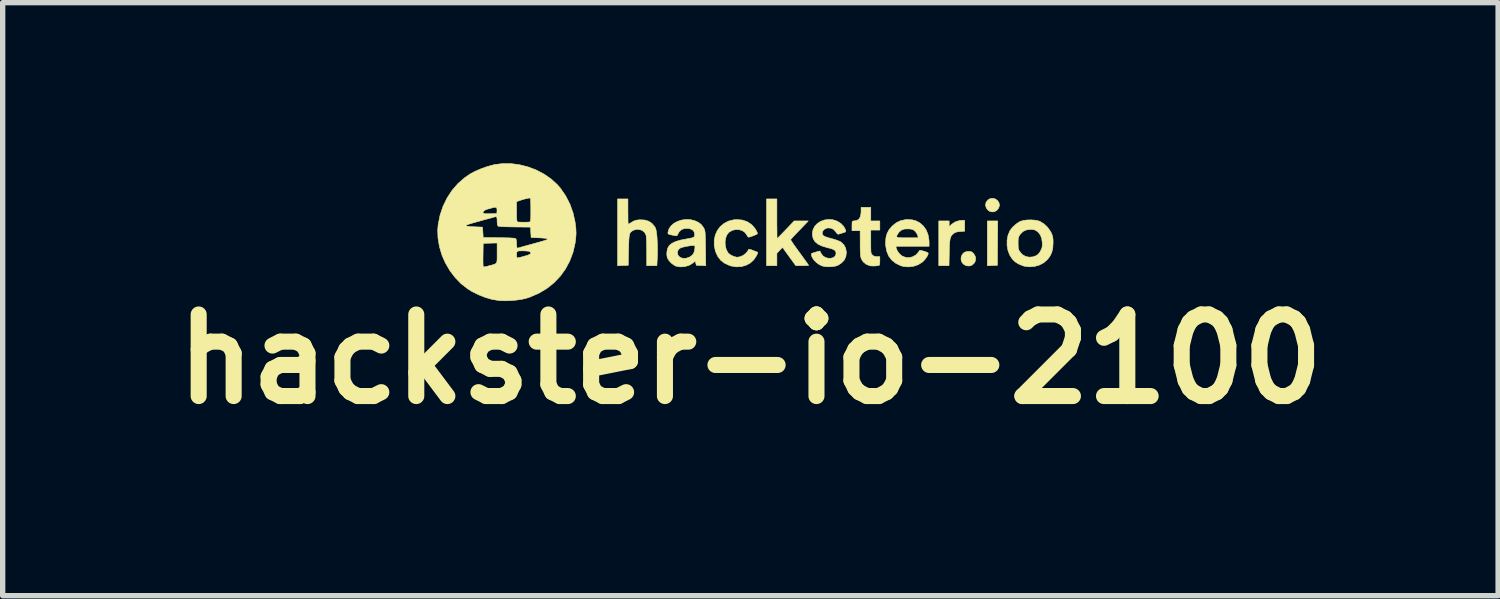
<source format=kicad_pcb>
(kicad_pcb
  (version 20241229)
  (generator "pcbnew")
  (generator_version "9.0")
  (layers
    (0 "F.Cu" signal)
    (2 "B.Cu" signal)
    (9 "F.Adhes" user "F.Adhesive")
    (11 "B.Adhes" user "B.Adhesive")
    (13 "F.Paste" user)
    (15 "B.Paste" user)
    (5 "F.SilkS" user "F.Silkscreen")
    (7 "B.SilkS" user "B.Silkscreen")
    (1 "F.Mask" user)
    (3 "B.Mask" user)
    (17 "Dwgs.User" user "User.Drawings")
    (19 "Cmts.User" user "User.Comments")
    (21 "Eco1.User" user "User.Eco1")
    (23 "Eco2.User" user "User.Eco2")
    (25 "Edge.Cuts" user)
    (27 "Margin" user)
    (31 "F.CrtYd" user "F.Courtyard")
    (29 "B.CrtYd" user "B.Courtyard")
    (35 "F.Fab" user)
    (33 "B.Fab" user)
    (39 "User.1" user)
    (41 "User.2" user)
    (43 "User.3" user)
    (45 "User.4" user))
  (footprint "hackster-io-2100"
    (layer "F.Cu")
    (at 10.916 1.283)
    (property "Reference" "hackster-io-2100" (at 0.05 2.375 0) (layer "F.SilkS") (effects (font (size 1.524 1.524) (thickness 0.3))))
    (attr through_hole)
    (fp_poly (pts (xy 4.666 0.209) (xy 4.663 0.623) (xy 4.569 0.626) (xy 4.475 0.63) (xy 4.475 -0.206) (xy 4.669 -0.206) (xy 4.666 0.209)) (stroke (width 0.01) (type solid)) (fill yes) (layer "F.SilkS"))
    (fp_poly (pts (xy 4.627 -0.616) (xy 4.667 -0.585) (xy 4.693 -0.545) (xy 4.702 -0.495) (xy 4.686 -0.447) (xy 4.657 -0.41) (xy 4.613 -0.381) (xy 4.563 -0.374) (xy 4.514 -0.389) (xy 4.489 -0.406) (xy 4.455 -0.449) (xy 4.441 -0.499) (xy 4.45 -0.55) (xy 4.457 -0.563) (xy 4.49 -0.603) (xy 4.533 -0.625) (xy 4.581 -0.629) (xy 4.627 -0.616)) (stroke (width 0.01) (type solid)) (fill yes) (layer "F.SilkS"))
    (fp_poly (pts (xy 4.163 0.365) (xy 4.19 0.376) (xy 4.216 0.401) (xy 4.22 0.406) (xy 4.249 0.453) (xy 4.257 0.503) (xy 4.248 0.55) (xy 4.223 0.59) (xy 4.186 0.62) (xy 4.139 0.635) (xy 4.086 0.631) (xy 4.07 0.626) (xy 4.025 0.598) (xy 3.995 0.557) (xy 3.983 0.509) (xy 3.988 0.458) (xy 4.012 0.412) (xy 4.037 0.387) (xy 4.079 0.367) (xy 4.125 0.363) (xy 4.163 0.365)) (stroke (width 0.01) (type solid)) (fill yes) (layer "F.SilkS"))
    (fp_poly (pts (xy 4.052 -0.015) (xy 3.968 -0.009) (xy 3.915 -0.003) (xy 3.877 0.008) (xy 3.848 0.026) (xy 3.823 0.047) (xy 3.804 0.069) (xy 3.79 0.096) (xy 3.78 0.131) (xy 3.773 0.178) (xy 3.768 0.239) (xy 3.765 0.319) (xy 3.764 0.384) (xy 3.759 0.629) (xy 3.568 0.629) (xy 3.568 -0.206) (xy 3.762 -0.206) (xy 3.762 -0.1) (xy 3.811 -0.146) (xy 3.875 -0.189) (xy 3.952 -0.213) (xy 4.009 -0.218) (xy 4.052 -0.218) (xy 4.052 -0.015)) (stroke (width 0.01) (type solid)) (fill yes) (layer "F.SilkS"))
    (fp_poly (pts (xy 0.544 -0.248) (xy 0.544 -0.156) (xy 0.545 -0.073) (xy 0.546 -0.001) (xy 0.546 0.057) (xy 0.547 0.098) (xy 0.548 0.119) (xy 0.549 0.121) (xy 0.554 0.117) (xy 0.568 0.104) (xy 0.591 0.081) (xy 0.626 0.045) (xy 0.673 -0.003) (xy 0.734 -0.066) (xy 0.805 -0.141) (xy 0.867 -0.206) (xy 1.13 -0.206) (xy 1.064 -0.136) (xy 1.027 -0.097) (xy 0.98 -0.048) (xy 0.93 0.003) (xy 0.901 0.033) (xy 0.862 0.074) (xy 0.83 0.108) (xy 0.809 0.133) (xy 0.801 0.143) (xy 0.807 0.156) (xy 0.825 0.185) (xy 0.854 0.227) (xy 0.892 0.281) (xy 0.936 0.342) (xy 0.967 0.385) (xy 1.015 0.45) (xy 1.057 0.509) (xy 1.093 0.558) (xy 1.119 0.595) (xy 1.134 0.618) (xy 1.137 0.623) (xy 1.126 0.625) (xy 1.095 0.627) (xy 1.051 0.629) (xy 1.017 0.629) (xy 0.897 0.629) (xy 0.773 0.458) (xy 0.649 0.287) (xy 0.597 0.342) (xy 0.544 0.398) (xy 0.544 0.629) (xy 0.351 0.629) (xy 0.351 -0.617) (xy 0.544 -0.617) (xy 0.544 -0.248)) (stroke (width 0.01) (type solid)) (fill yes) (layer "F.SilkS"))
    (fp_poly (pts (xy 2.298 -0.206) (xy 2.467 -0.206) (xy 2.467 -0.036) (xy 2.298 -0.036) (xy 2.298 0.182) (xy 2.298 0.26) (xy 2.299 0.317) (xy 2.3 0.357) (xy 2.303 0.385) (xy 2.308 0.403) (xy 2.315 0.416) (xy 2.325 0.427) (xy 2.328 0.43) (xy 2.356 0.451) (xy 2.392 0.459) (xy 2.412 0.46) (xy 2.467 0.46) (xy 2.467 0.538) (xy 2.466 0.579) (xy 2.462 0.609) (xy 2.457 0.622) (xy 2.434 0.628) (xy 2.397 0.633) (xy 2.352 0.635) (xy 2.31 0.634) (xy 2.278 0.63) (xy 2.278 0.63) (xy 2.21 0.602) (xy 2.157 0.558) (xy 2.125 0.509) (xy 2.117 0.487) (xy 2.11 0.464) (xy 2.106 0.435) (xy 2.103 0.397) (xy 2.101 0.345) (xy 2.1 0.276) (xy 2.1 0.215) (xy 2.099 -0.024) (xy 2.023 -0.024) (xy 1.947 -0.024) (xy 1.947 -0.115) (xy 1.948 -0.161) (xy 1.95 -0.188) (xy 1.956 -0.201) (xy 1.967 -0.205) (xy 1.976 -0.206) (xy 2.034 -0.214) (xy 2.076 -0.24) (xy 2.103 -0.285) (xy 2.115 -0.348) (xy 2.117 -0.38) (xy 2.117 -0.46) (xy 2.298 -0.46) (xy 2.298 -0.206)) (stroke (width 0.01) (type solid)) (fill yes) (layer "F.SilkS"))
    (fp_poly (pts (xy -2.238 -0.381) (xy -2.237 -0.308) (xy -2.237 -0.245) (xy -2.236 -0.194) (xy -2.234 -0.16) (xy -2.233 -0.145) (xy -2.232 -0.145) (xy -2.22 -0.151) (xy -2.194 -0.166) (xy -2.164 -0.184) (xy -2.121 -0.208) (xy -2.079 -0.221) (xy -2.028 -0.227) (xy -2.019 -0.228) (xy -1.927 -0.224) (xy -1.85 -0.201) (xy -1.786 -0.158) (xy -1.736 -0.096) (xy -1.723 -0.073) (xy -1.713 -0.04) (xy -1.704 0.012) (xy -1.696 0.081) (xy -1.691 0.161) (xy -1.687 0.249) (xy -1.686 0.34) (xy -1.687 0.431) (xy -1.689 0.481) (xy -1.697 0.629) (xy -1.887 0.629) (xy -1.887 0.366) (xy -1.888 0.286) (xy -1.889 0.211) (xy -1.892 0.146) (xy -1.895 0.095) (xy -1.898 0.063) (xy -1.9 0.058) (xy -1.924 0.01) (xy -1.965 -0.025) (xy -2.016 -0.045) (xy -2.073 -0.049) (xy -2.129 -0.035) (xy -2.149 -0.025) (xy -2.17 -0.011) (xy -2.186 0.004) (xy -2.199 0.022) (xy -2.208 0.048) (xy -2.214 0.083) (xy -2.219 0.132) (xy -2.222 0.198) (xy -2.224 0.282) (xy -2.226 0.339) (xy -2.232 0.623) (xy -2.331 0.626) (xy -2.431 0.63) (xy -2.431 -0.617) (xy -2.238 -0.617) (xy -2.238 -0.381)) (stroke (width 0.01) (type solid)) (fill yes) (layer "F.SilkS"))
    (fp_poly (pts (xy -0.101 -0.223) (xy -0.012 -0.193) (xy 0.065 -0.143) (xy 0.072 -0.137) (xy 0.107 -0.1) (xy 0.14 -0.058) (xy 0.165 -0.016) (xy 0.18 0.02) (xy 0.181 0.031) (xy 0.171 0.04) (xy 0.145 0.053) (xy 0.109 0.068) (xy 0.071 0.082) (xy 0.038 0.093) (xy 0.016 0.097) (xy 0.002 0.087) (xy -0.015 0.062) (xy -0.02 0.052) (xy -0.056 0.005) (xy -0.105 -0.027) (xy -0.165 -0.044) (xy -0.228 -0.045) (xy -0.291 -0.03) (xy -0.347 0.003) (xy -0.355 0.01) (xy -0.391 0.056) (xy -0.413 0.117) (xy -0.423 0.186) (xy -0.419 0.258) (xy -0.402 0.325) (xy -0.372 0.383) (xy -0.359 0.398) (xy -0.316 0.431) (xy -0.261 0.457) (xy -0.206 0.471) (xy -0.193 0.471) (xy -0.137 0.461) (xy -0.081 0.434) (xy -0.031 0.394) (xy 0.005 0.348) (xy 0.014 0.325) (xy 0.027 0.323) (xy 0.056 0.329) (xy 0.085 0.339) (xy 0.125 0.355) (xy 0.158 0.368) (xy 0.173 0.373) (xy 0.184 0.379) (xy 0.186 0.39) (xy 0.178 0.412) (xy 0.163 0.444) (xy 0.112 0.52) (xy 0.046 0.58) (xy -0.033 0.622) (xy -0.121 0.647) (xy -0.215 0.651) (xy -0.311 0.635) (xy -0.34 0.626) (xy -0.432 0.584) (xy -0.505 0.528) (xy -0.56 0.456) (xy -0.601 0.367) (xy -0.605 0.354) (xy -0.626 0.249) (xy -0.626 0.149) (xy -0.606 0.056) (xy -0.568 -0.028) (xy -0.513 -0.101) (xy -0.443 -0.16) (xy -0.36 -0.203) (xy -0.265 -0.227) (xy -0.204 -0.232) (xy -0.101 -0.223)) (stroke (width 0.01) (type solid)) (fill yes) (layer "F.SilkS"))
    (fp_poly (pts (xy 5.362 -0.221) (xy 5.426 -0.209) (xy 5.458 -0.197) (xy 5.532 -0.152) (xy 5.599 -0.089) (xy 5.652 -0.015) (xy 5.668 0.015) (xy 5.685 0.055) (xy 5.695 0.09) (xy 5.701 0.129) (xy 5.703 0.18) (xy 5.703 0.206) (xy 5.697 0.302) (xy 5.678 0.383) (xy 5.644 0.453) (xy 5.599 0.512) (xy 5.531 0.573) (xy 5.448 0.617) (xy 5.357 0.643) (xy 5.261 0.651) (xy 5.167 0.639) (xy 5.138 0.631) (xy 5.058 0.598) (xy 4.993 0.556) (xy 4.941 0.505) (xy 4.893 0.431) (xy 4.86 0.344) (xy 4.843 0.249) (xy 4.844 0.211) (xy 5.05 0.211) (xy 5.051 0.265) (xy 5.054 0.303) (xy 5.06 0.329) (xy 5.072 0.352) (xy 5.08 0.363) (xy 5.103 0.393) (xy 5.124 0.417) (xy 5.128 0.421) (xy 5.186 0.455) (xy 5.253 0.47) (xy 5.323 0.465) (xy 5.383 0.444) (xy 5.423 0.417) (xy 5.454 0.379) (xy 5.471 0.35) (xy 5.49 0.31) (xy 5.499 0.277) (xy 5.502 0.239) (xy 5.501 0.2) (xy 5.49 0.119) (xy 5.465 0.055) (xy 5.426 0.005) (xy 5.403 -0.014) (xy 5.369 -0.035) (xy 5.335 -0.045) (xy 5.291 -0.048) (xy 5.283 -0.048) (xy 5.205 -0.039) (xy 5.142 -0.01) (xy 5.092 0.039) (xy 5.083 0.051) (xy 5.067 0.077) (xy 5.057 0.103) (xy 5.052 0.133) (xy 5.05 0.177) (xy 5.05 0.211) (xy 4.844 0.211) (xy 4.844 0.153) (xy 4.861 0.061) (xy 4.896 -0.022) (xy 4.903 -0.033) (xy 4.949 -0.092) (xy 5.01 -0.147) (xy 5.074 -0.19) (xy 5.091 -0.198) (xy 5.144 -0.214) (xy 5.213 -0.224) (xy 5.288 -0.226) (xy 5.362 -0.221)) (stroke (width 0.01) (type solid)) (fill yes) (layer "F.SilkS"))
    (fp_poly (pts (xy 3.071 -0.227) (xy 3.142 -0.208) (xy 3.21 -0.172) (xy 3.219 -0.166) (xy 3.283 -0.109) (xy 3.334 -0.035) (xy 3.368 0.052) (xy 3.385 0.15) (xy 3.387 0.19) (xy 3.387 0.266) (xy 2.767 0.266) (xy 2.774 0.304) (xy 2.793 0.351) (xy 2.827 0.399) (xy 2.869 0.439) (xy 2.882 0.448) (xy 2.947 0.474) (xy 3.014 0.479) (xy 3.08 0.463) (xy 3.14 0.429) (xy 3.188 0.377) (xy 3.199 0.359) (xy 3.207 0.347) (xy 3.218 0.343) (xy 3.239 0.345) (xy 3.275 0.355) (xy 3.288 0.358) (xy 3.328 0.371) (xy 3.358 0.385) (xy 3.371 0.395) (xy 3.368 0.417) (xy 3.353 0.45) (xy 3.327 0.489) (xy 3.296 0.528) (xy 3.263 0.561) (xy 3.26 0.563) (xy 3.183 0.611) (xy 3.095 0.641) (xy 3.002 0.652) (xy 2.909 0.644) (xy 2.858 0.63) (xy 2.765 0.585) (xy 2.689 0.524) (xy 2.632 0.449) (xy 2.595 0.358) (xy 2.576 0.254) (xy 2.574 0.21) (xy 2.58 0.113) (xy 2.589 0.078) (xy 2.781 0.078) (xy 2.783 0.092) (xy 2.798 0.101) (xy 2.828 0.106) (xy 2.877 0.108) (xy 2.946 0.109) (xy 2.983 0.109) (xy 3.184 0.109) (xy 3.176 0.07) (xy 3.163 0.037) (xy 3.138 0.001) (xy 3.127 -0.012) (xy 3.102 -0.034) (xy 3.079 -0.047) (xy 3.049 -0.054) (xy 3.004 -0.058) (xy 3 -0.058) (xy 2.929 -0.056) (xy 2.874 -0.038) (xy 2.83 -0.003) (xy 2.807 0.029) (xy 2.79 0.057) (xy 2.781 0.078) (xy 2.589 0.078) (xy 2.601 0.031) (xy 2.639 -0.042) (xy 2.697 -0.11) (xy 2.697 -0.11) (xy 2.773 -0.172) (xy 2.857 -0.212) (xy 2.95 -0.231) (xy 2.988 -0.233) (xy 3.071 -0.227)) (stroke (width 0.01) (type solid)) (fill yes) (layer "F.SilkS"))
    (fp_poly (pts (xy 1.588 -0.229) (xy 1.665 -0.204) (xy 1.678 -0.198) (xy 1.743 -0.155) (xy 1.793 -0.103) (xy 1.824 -0.045) (xy 1.826 -0.039) (xy 1.831 -0.017) (xy 1.827 -0.004) (xy 1.811 0.006) (xy 1.776 0.016) (xy 1.771 0.018) (xy 1.733 0.029) (xy 1.702 0.039) (xy 1.691 0.042) (xy 1.676 0.036) (xy 1.655 0.014) (xy 1.646 0.000195) (xy 1.605 -0.047) (xy 1.555 -0.072) (xy 1.498 -0.076) (xy 1.474 -0.071) (xy 1.427 -0.048) (xy 1.398 -0.014) (xy 1.391 0.019) (xy 1.395 0.044) (xy 1.408 0.064) (xy 1.434 0.081) (xy 1.476 0.098) (xy 1.537 0.116) (xy 1.56 0.122) (xy 1.625 0.14) (xy 1.682 0.16) (xy 1.725 0.178) (xy 1.742 0.188) (xy 1.795 0.238) (xy 1.829 0.303) (xy 1.842 0.377) (xy 1.842 0.386) (xy 1.832 0.461) (xy 1.802 0.525) (xy 1.749 0.58) (xy 1.687 0.62) (xy 1.636 0.638) (xy 1.57 0.648) (xy 1.499 0.65) (xy 1.431 0.644) (xy 1.387 0.633) (xy 1.331 0.606) (xy 1.277 0.566) (xy 1.232 0.519) (xy 1.202 0.471) (xy 1.198 0.46) (xy 1.189 0.429) (xy 1.188 0.407) (xy 1.189 0.404) (xy 1.204 0.397) (xy 1.235 0.386) (xy 1.272 0.375) (xy 1.347 0.355) (xy 1.372 0.404) (xy 1.402 0.444) (xy 1.443 0.472) (xy 1.49 0.488) (xy 1.538 0.492) (xy 1.582 0.484) (xy 1.619 0.465) (xy 1.642 0.433) (xy 1.649 0.399) (xy 1.645 0.37) (xy 1.63 0.346) (xy 1.601 0.327) (xy 1.556 0.31) (xy 1.489 0.293) (xy 1.482 0.291) (xy 1.385 0.262) (xy 1.309 0.225) (xy 1.255 0.178) (xy 1.221 0.122) (xy 1.207 0.055) (xy 1.206 0.028) (xy 1.219 -0.043) (xy 1.251 -0.106) (xy 1.3 -0.158) (xy 1.361 -0.198) (xy 1.432 -0.224) (xy 1.509 -0.235) (xy 1.588 -0.229)) (stroke (width 0.01) (type solid)) (fill yes) (layer "F.SilkS"))
    (fp_poly (pts (xy -1.07 -0.231) (xy -0.988 -0.21) (xy -0.98 -0.207) (xy -0.912 -0.174) (xy -0.862 -0.132) (xy -0.823 -0.077) (xy -0.82 -0.07) (xy -0.811 -0.054) (xy -0.805 -0.036) (xy -0.8 -0.016) (xy -0.796 0.012) (xy -0.794 0.049) (xy -0.792 0.1) (xy -0.79 0.167) (xy -0.789 0.253) (xy -0.788 0.306) (xy -0.784 0.63) (xy -0.872 0.626) (xy -0.96 0.623) (xy -0.981 0.544) (xy -1.025 0.58) (xy -1.097 0.623) (xy -1.18 0.647) (xy -1.266 0.652) (xy -1.343 0.637) (xy -1.374 0.621) (xy -1.412 0.594) (xy -1.442 0.567) (xy -1.481 0.521) (xy -1.504 0.475) (xy -1.512 0.421) (xy -1.511 0.403) (xy -1.313 0.403) (xy -1.297 0.443) (xy -1.265 0.473) (xy -1.21 0.493) (xy -1.148 0.49) (xy -1.088 0.469) (xy -1.052 0.445) (xy -1.022 0.416) (xy -1.015 0.405) (xy -1.001 0.371) (xy -0.991 0.329) (xy -0.986 0.29) (xy -0.988 0.262) (xy -0.99 0.257) (xy -1.005 0.253) (xy -1.038 0.253) (xy -1.082 0.258) (xy -1.132 0.266) (xy -1.182 0.276) (xy -1.226 0.287) (xy -1.253 0.296) (xy -1.29 0.323) (xy -1.311 0.36) (xy -1.313 0.403) (xy -1.511 0.403) (xy -1.509 0.363) (xy -1.495 0.302) (xy -1.464 0.251) (xy -1.414 0.21) (xy -1.345 0.177) (xy -1.255 0.151) (xy -1.197 0.14) (xy -1.123 0.126) (xy -1.069 0.116) (xy -1.033 0.107) (xy -1.01 0.097) (xy -0.998 0.085) (xy -0.993 0.07) (xy -0.992 0.051) (xy -0.992 0.047) (xy -1.001 -0.002) (xy -1.03 -0.038) (xy -1.078 -0.06) (xy -1.109 -0.066) (xy -1.178 -0.066) (xy -1.236 -0.045) (xy -1.28 -0.006) (xy -1.305 0.039) (xy -1.313 0.058) (xy -1.324 0.068) (xy -1.342 0.07) (xy -1.373 0.066) (xy -1.421 0.056) (xy -1.461 0.047) (xy -1.482 0.039) (xy -1.49 0.027) (xy -1.49 0.009) (xy -1.49 0.006) (xy -1.471 -0.058) (xy -1.433 -0.114) (xy -1.379 -0.162) (xy -1.311 -0.198) (xy -1.235 -0.223) (xy -1.153 -0.234) (xy -1.07 -0.231)) (stroke (width 0.01) (type solid)) (fill yes) (layer "F.SilkS"))
    (fp_poly (pts (xy -4.417 -1.277) (xy -4.257 -1.255) (xy -4.1 -1.215) (xy -3.948 -1.157) (xy -3.806 -1.082) (xy -3.675 -0.992) (xy -3.56 -0.888) (xy -3.503 -0.823) (xy -3.402 -0.678) (xy -3.321 -0.52) (xy -3.261 -0.35) (xy -3.224 -0.181) (xy -3.21 -0.071) (xy -3.206 0.03) (xy -3.214 0.133) (xy -3.224 0.206) (xy -3.263 0.378) (xy -3.324 0.54) (xy -3.404 0.69) (xy -3.503 0.827) (xy -3.62 0.949) (xy -3.753 1.055) (xy -3.902 1.144) (xy -4.064 1.214) (xy -4.143 1.24) (xy -4.223 1.258) (xy -4.319 1.272) (xy -4.423 1.281) (xy -4.528 1.285) (xy -4.626 1.282) (xy -4.655 1.279) (xy -4.774 1.259) (xy -4.9 1.223) (xy -5.027 1.173) (xy -5.148 1.113) (xy -5.229 1.063) (xy -5.354 0.966) (xy -5.466 0.85) (xy -5.564 0.721) (xy -5.646 0.58) (xy -5.661 0.547) (xy -4.945 0.547) (xy -4.944 0.595) (xy -4.943 0.627) (xy -4.942 0.638) (xy -4.936 0.647) (xy -4.927 0.651) (xy -4.909 0.65) (xy -4.877 0.643) (xy -4.827 0.63) (xy -4.817 0.628) (xy -4.767 0.614) (xy -4.731 0.603) (xy -4.706 0.59) (xy -4.691 0.572) (xy -4.684 0.544) (xy -4.681 0.502) (xy -4.681 0.442) (xy -4.681 0.424) (xy -4.318 0.424) (xy -4.315 0.465) (xy -4.306 0.483) (xy -4.303 0.484) (xy -4.285 0.481) (xy -4.25 0.473) (xy -4.204 0.461) (xy -4.18 0.454) (xy -4.12 0.437) (xy -4.081 0.422) (xy -4.059 0.409) (xy -4.053 0.395) (xy -4.058 0.379) (xy -4.059 0.378) (xy -4.072 0.366) (xy -4.096 0.359) (xy -4.137 0.355) (xy -4.168 0.353) (xy -4.23 0.352) (xy -4.273 0.353) (xy -4.298 0.36) (xy -4.312 0.374) (xy -4.317 0.397) (xy -4.318 0.424) (xy -4.681 0.424) (xy -4.681 0.392) (xy -4.681 0.205) (xy -4.941 0.212) (xy -4.944 0.417) (xy -4.945 0.486) (xy -4.945 0.547) (xy -5.661 0.547) (xy -5.712 0.431) (xy -5.758 0.276) (xy -5.785 0.119) (xy -5.791 -0.037) (xy -5.784 -0.118) (xy -5.262 -0.118) (xy -5.249 -0.111) (xy -5.217 -0.105) (xy -5.165 -0.1) (xy -5.1 -0.097) (xy -4.953 -0.091) (xy -4.947 0.006) (xy -4.941 0.103) (xy -4.646 0.106) (xy -4.538 0.108) (xy -4.453 0.11) (xy -4.39 0.114) (xy -4.35 0.118) (xy -4.334 0.123) (xy -4.324 0.144) (xy -4.319 0.187) (xy -4.318 0.211) (xy -4.316 0.263) (xy -4.31 0.293) (xy -4.3 0.302) (xy -4.288 0.299) (xy -4.263 0.291) (xy -4.262 0.291) (xy -4.238 0.284) (xy -4.196 0.272) (xy -4.141 0.257) (xy -4.079 0.24) (xy -4.064 0.236) (xy -3.967 0.209) (xy -3.891 0.188) (xy -3.833 0.171) (xy -3.792 0.159) (xy -3.764 0.149) (xy -3.748 0.141) (xy -3.741 0.135) (xy -3.741 0.129) (xy -3.755 0.122) (xy -3.793 0.116) (xy -3.855 0.111) (xy -3.896 0.109) (xy -4.046 0.103) (xy -4.058 -0.091) (xy -4.353 -0.094) (xy -4.461 -0.096) (xy -4.546 -0.098) (xy -4.609 -0.102) (xy -4.649 -0.106) (xy -4.665 -0.111) (xy -4.675 -0.132) (xy -4.68 -0.175) (xy -4.681 -0.2) (xy -4.682 -0.241) (xy -4.687 -0.271) (xy -4.692 -0.283) (xy -4.71 -0.285) (xy -4.737 -0.279) (xy -4.763 -0.271) (xy -4.806 -0.259) (xy -4.858 -0.245) (xy -4.893 -0.236) (xy -4.992 -0.208) (xy -5.08 -0.184) (xy -5.152 -0.163) (xy -5.207 -0.146) (xy -5.244 -0.134) (xy -5.259 -0.128) (xy -5.259 -0.128) (xy -5.262 -0.118) (xy -5.784 -0.118) (xy -5.782 -0.139) (xy -5.747 -0.315) (xy -5.731 -0.362) (xy -4.944 -0.362) (xy -4.94 -0.35) (xy -4.925 -0.345) (xy -4.889 -0.341) (xy -4.837 -0.341) (xy -4.81 -0.341) (xy -4.687 -0.345) (xy -4.683 -0.391) (xy -4.684 -0.434) (xy -4.696 -0.456) (xy -4.723 -0.462) (xy -4.763 -0.454) (xy -4.811 -0.44) (xy -4.859 -0.427) (xy -4.871 -0.424) (xy -4.909 -0.408) (xy -4.935 -0.386) (xy -4.944 -0.362) (xy -5.731 -0.362) (xy -5.691 -0.481) (xy -5.649 -0.566) (xy -4.318 -0.566) (xy -4.318 -0.381) (xy -4.317 -0.304) (xy -4.316 -0.249) (xy -4.312 -0.213) (xy -4.307 -0.194) (xy -4.303 -0.189) (xy -4.282 -0.186) (xy -4.244 -0.184) (xy -4.197 -0.183) (xy -4.149 -0.183) (xy -4.106 -0.184) (xy -4.077 -0.187) (xy -4.071 -0.189) (xy -4.064 -0.194) (xy -4.059 -0.207) (xy -4.056 -0.23) (xy -4.053 -0.267) (xy -4.052 -0.321) (xy -4.052 -0.395) (xy -4.052 -0.412) (xy -4.052 -0.482) (xy -4.054 -0.543) (xy -4.056 -0.591) (xy -4.059 -0.623) (xy -4.062 -0.634) (xy -4.079 -0.634) (xy -4.113 -0.629) (xy -4.158 -0.618) (xy -4.207 -0.605) (xy -4.255 -0.589) (xy -4.267 -0.585) (xy -4.318 -0.566) (xy -5.649 -0.566) (xy -5.615 -0.636) (xy -5.522 -0.778) (xy -5.411 -0.906) (xy -5.284 -1.016) (xy -5.177 -1.089) (xy -5.089 -1.135) (xy -4.986 -1.179) (xy -4.876 -1.219) (xy -4.769 -1.249) (xy -4.728 -1.259) (xy -4.575 -1.278) (xy -4.417 -1.277)) (stroke (width 0.01) (type solid)) (fill yes) (layer "F.SilkS")))
  (gr_rect
    (start -3 -3)
    (end 24.931 8.076)
    (stroke (width 0.1) (type default))
    (fill no)
    (layer "Edge.Cuts")))
</source>
